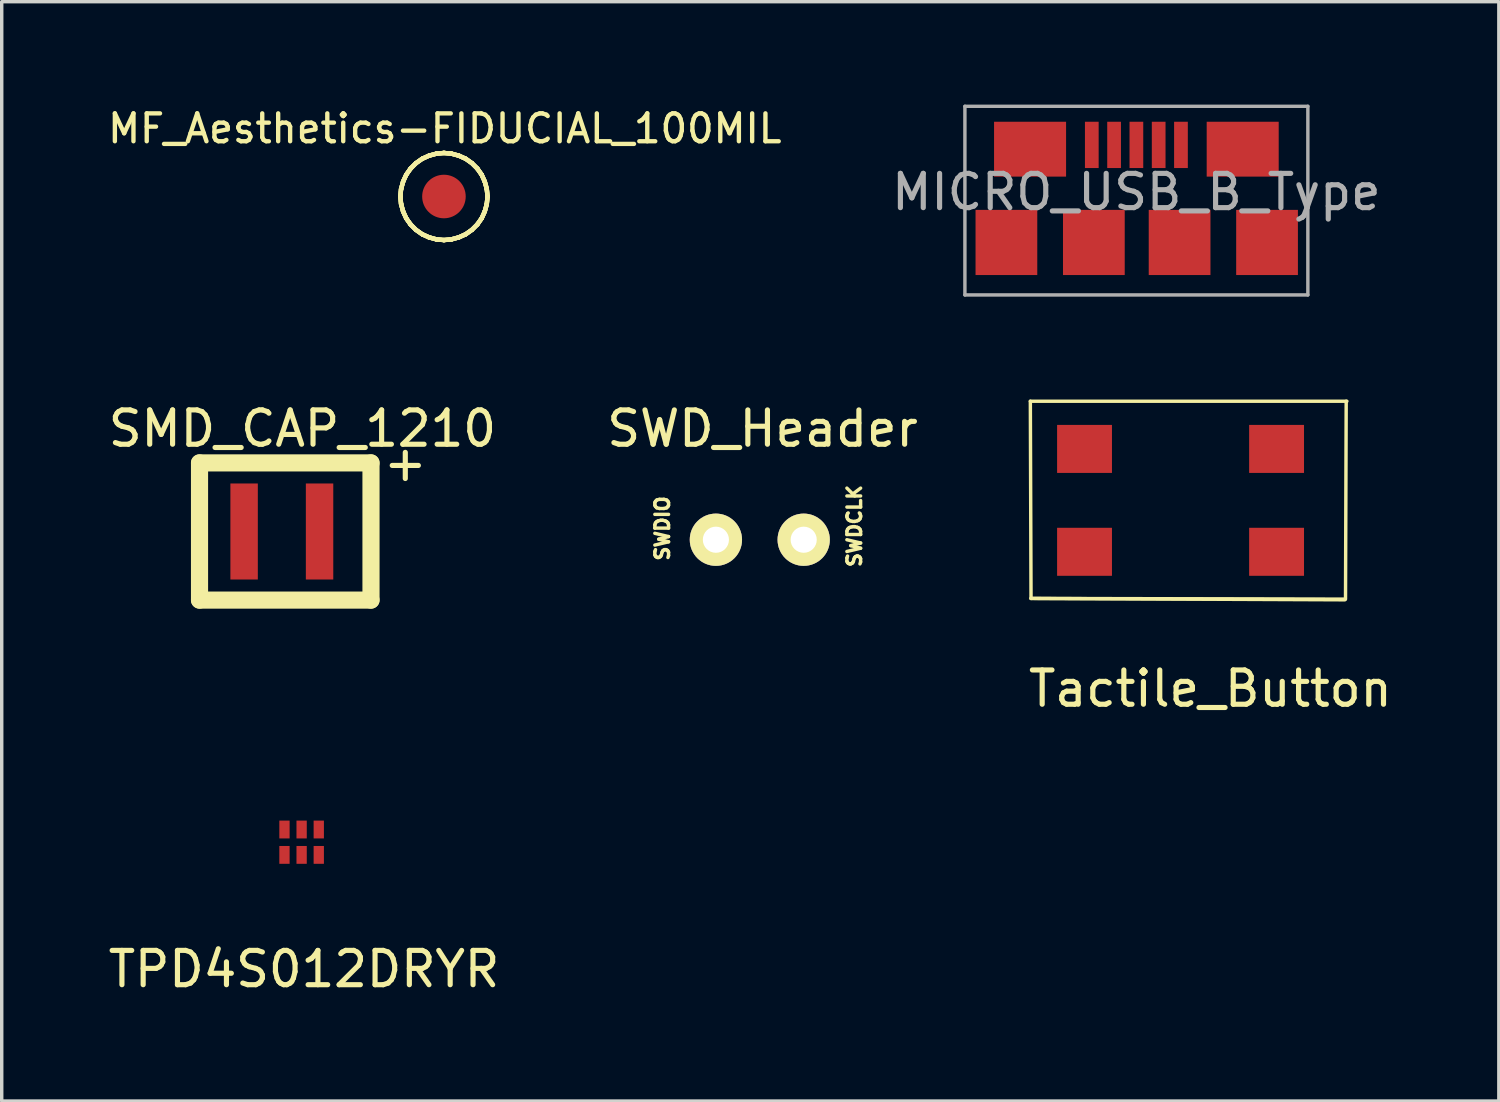
<source format=kicad_pcb>
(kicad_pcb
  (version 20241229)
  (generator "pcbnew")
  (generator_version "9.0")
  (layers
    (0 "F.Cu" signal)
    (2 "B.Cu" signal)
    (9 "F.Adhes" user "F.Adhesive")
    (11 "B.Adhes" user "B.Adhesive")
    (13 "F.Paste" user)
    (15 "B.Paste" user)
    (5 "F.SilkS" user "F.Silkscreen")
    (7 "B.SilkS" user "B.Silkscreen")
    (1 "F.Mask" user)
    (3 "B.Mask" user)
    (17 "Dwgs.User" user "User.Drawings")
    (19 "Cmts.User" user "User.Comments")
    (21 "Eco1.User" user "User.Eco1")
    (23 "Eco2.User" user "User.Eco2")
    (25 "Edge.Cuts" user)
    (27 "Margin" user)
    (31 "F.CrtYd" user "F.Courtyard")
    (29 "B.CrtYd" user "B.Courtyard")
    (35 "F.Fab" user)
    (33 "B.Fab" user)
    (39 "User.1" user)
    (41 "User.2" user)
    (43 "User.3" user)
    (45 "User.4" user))
  (footprint "TPD4S012DRYR"
    (layer "F.Cu")
    (at 5.735 23.878)
    (property "Reference" "TPD4S012DRYR" (at 0.08 1.33 0) (layer "F.SilkS") (effects (font (size 1 1) (thickness 0.15))))
    (attr through_hole)
    (pad "1" smd rect (at -0.49 -2) (size 0.3 0.52) (layers "F.Cu" "F.Mask" "F.Paste"))
    (pad "2" smd rect (at 0.01 -2) (size 0.3 0.52) (layers "F.Cu" "F.Mask" "F.Paste"))
    (pad "3" smd rect (at 0.51 -2) (size 0.3 0.52) (layers "F.Cu" "F.Mask" "F.Paste"))
    (pad "4" smd rect (at 0.51 -2.74) (size 0.3 0.52) (layers "F.Cu" "F.Mask" "F.Paste"))
    (pad "5" smd rect (at 0.01 -2.74) (size 0.3 0.52) (layers "F.Cu" "F.Mask" "F.Paste"))
    (pad "6" smd rect (at -0.49 -2.74) (size 0.3 0.52) (layers "F.Cu" "F.Mask" "F.Paste")))
  (footprint "SMD_CAP_1210"
    (layer "F.Cu")
    (at 6.268 12.448)
    (property "Reference" "SMD_CAP_1210" (at -0.5 -3 0) (layer "F.SilkS") (effects (font (size 1 1) (thickness 0.15))))
    (attr through_hole)
    (fp_line (start -3.5 -2) (end 1.5 -2) (stroke (width 0.5) (type solid)) (layer "F.SilkS"))
    (fp_line (start -3.5 2) (end -3.5 -2) (stroke (width 0.5) (type solid)) (layer "F.SilkS"))
    (fp_line (start 1.5 -2) (end 1.5 2) (stroke (width 0.5) (type solid)) (layer "F.SilkS"))
    (fp_line (start 1.5 2) (end -3.5 2) (stroke (width 0.5) (type solid)) (layer "F.SilkS"))
    (fp_text user "+" (at 2.5 -2 0) (layer "F.SilkS") (effects (font (size 1 1) (thickness 0.15))))
    (pad "1" smd rect (at 0 0) (size 0.8 2.8) (layers "F.Cu" "F.Mask" "F.Paste"))
    (pad "2" smd rect (at -2.2 0) (size 0.8 2.8) (layers "F.Cu" "F.Mask" "F.Paste")))
  (footprint "SWD_Header"
    (layer "F.Cu")
    (at 20.385 15.288)
    (property "Reference" "SWD_Header" (at -1.2 -5.84 0) (layer "F.SilkS") (effects (font (size 1 1) (thickness 0.15))))
    (attr through_hole)
    (fp_text user "SWDCLK" (at 1.48 -3 90) (layer "F.SilkS") (effects (font (size 0.4 0.4) (thickness 0.1))))
    (fp_text user "SWDIO" (at -4.12 -2.93 90) (layer "F.SilkS") (effects (font (size 0.4 0.4) (thickness 0.1))))
    (pad "1" thru_hole circle (at -2.56 -2.6) (size 1.524 1.524) (drill 0.762) (layers "*.Cu" "*.Mask" "F.SilkS"))
    (pad "2" thru_hole circle (at 0 -2.6) (size 1.524 1.524) (drill 0.762) (layers "*.Cu" "*.Mask" "F.SilkS")))
  (footprint "Tactile_Button"
    (layer "F.Cu")
    (at 31.674 11.54)
    (property "Reference" "Tactile_Button" (at 0.57 5.49 0) (layer "F.SilkS") (effects (font (size 1 1) (thickness 0.15))))
    (attr through_hole)
    (fp_line (start -4.68 -2.89) (end -4.66 2.86) (stroke (width 0.1) (type solid)) (layer "F.SilkS"))
    (fp_line (start -4.68 -2.89) (end 4.55 -2.89) (stroke (width 0.1) (type solid)) (layer "F.SilkS"))
    (fp_line (start -4.66 2.86) (end 4.49 2.9) (stroke (width 0.1) (type solid)) (layer "F.SilkS"))
    (fp_line (start 4.49 2.88) (end -4.66 2.86) (stroke (width 0.1) (type solid)) (layer "F.SilkS"))
    (fp_line (start 4.53 -2.89) (end 4.51 2.88) (stroke (width 0.1) (type solid)) (layer "F.SilkS"))
    (pad "1" smd rect (at -3.1 1.5) (size 1.6 1.4) (layers "F.Cu" "F.Mask" "F.Paste"))
    (pad "2" smd rect (at 2.5 1.5) (size 1.6 1.4) (layers "F.Cu" "F.Mask" "F.Paste"))
    (pad "3" smd rect (at -3.1 -1.5) (size 1.6 1.4) (layers "F.Cu" "F.Mask" "F.Paste"))
    (pad "4" smd rect (at 2.5 -1.5) (size 1.6 1.4) (layers "F.Cu" "F.Mask" "F.Paste")))
  (footprint "MICRO_USB_B_Type"
    (layer "F.Cu")
    (at 30.086 4.05)
    (property "Reference" "MICRO_USB_B_Type" (at 0 -1.5 0) (layer "F.Fab") (effects (font (size 1 1) (thickness 0.15))))
    (attr through_hole)
    (fp_line (start -5 -4) (end 5 -4) (stroke (width 0.1) (type solid)) (layer "F.Fab"))
    (fp_line (start -5 1.5) (end -5 -4) (stroke (width 0.1) (type solid)) (layer "F.Fab"))
    (fp_line (start 5 -4) (end 5 1.5) (stroke (width 0.1) (type solid)) (layer "F.Fab"))
    (fp_line (start 5 1.5) (end -5 1.5) (stroke (width 0.1) (type solid)) (layer "F.Fab"))
    (pad "0" smd rect (at -3.79 -0.03) (size 1.8 1.9) (layers "F.Cu" "F.Mask" "F.Paste"))
    (pad "0" smd rect (at -3.1 -2.75) (size 2.1 1.6) (layers "F.Cu" "F.Mask" "F.Paste"))
    (pad "0" smd rect (at -1.24 -0.03) (size 1.8 1.9) (layers "F.Cu" "F.Mask" "F.Paste"))
    (pad "0" smd rect (at 1.26 -0.03) (size 1.8 1.9) (layers "F.Cu" "F.Mask" "F.Paste"))
    (pad "0" smd rect (at 3.1 -2.75) (size 2.1 1.6) (layers "F.Cu" "F.Mask" "F.Paste"))
    (pad "0" smd rect (at 3.81 -0.03) (size 1.8 1.9) (layers "F.Cu" "F.Mask" "F.Paste"))
    (pad "1" smd rect (at -1.3 -2.875) (size 0.4 1.35) (layers "F.Cu" "F.Mask" "F.Paste"))
    (pad "2" smd rect (at -0.65 -2.875) (size 0.4 1.35) (layers "F.Cu" "F.Mask" "F.Paste"))
    (pad "3" smd rect (at 0 -2.875) (size 0.4 1.35) (layers "F.Cu" "F.Mask" "F.Paste"))
    (pad "4" smd rect (at 0.65 -2.875) (size 0.4 1.35) (layers "F.Cu" "F.Mask" "F.Paste"))
    (pad "5" smd rect (at 1.3 -2.875) (size 0.4 1.35) (layers "F.Cu" "F.Mask" "F.Paste")))
  (footprint "MF_Aesthetics-FIDUCIAL_100MIL"
    (layer "F.Cu")
    (at 9.895 2.68)
    (property "Reference" "MF_Aesthetics-FIDUCIAL_100MIL" (at 0.025 -1.981 0) (layer "F.SilkS") (effects (font (size 0.813 0.813) (thickness 0.127))))
    (attr smd)
    (fp_line (start -1.27 0) (end -1.25 -0.218) (stroke (width 0.127) (type solid)) (layer "F.SilkS"))
    (fp_line (start -1.27 0) (end -1.25 -0.218) (stroke (width 0.127) (type solid)) (layer "F.SilkS"))
    (fp_line (start -1.27 0) (end -1.25 -0.218) (stroke (width 0.127) (type solid)) (layer "F.SilkS"))
    (fp_line (start -1.27 0) (end -1.25 -0.218) (stroke (width 0.127) (type solid)) (layer "F.SilkS"))
    (fp_line (start -1.25 -0.218) (end -1.191 -0.434) (stroke (width 0.127) (type solid)) (layer "F.SilkS"))
    (fp_line (start -1.25 -0.218) (end -1.191 -0.434) (stroke (width 0.127) (type solid)) (layer "F.SilkS"))
    (fp_line (start -1.25 -0.218) (end -1.191 -0.434) (stroke (width 0.127) (type solid)) (layer "F.SilkS"))
    (fp_line (start -1.25 -0.218) (end -1.191 -0.434) (stroke (width 0.127) (type solid)) (layer "F.SilkS"))
    (fp_line (start -1.25 0.218) (end -1.27 0) (stroke (width 0.127) (type solid)) (layer "F.SilkS"))
    (fp_line (start -1.25 0.218) (end -1.27 0) (stroke (width 0.127) (type solid)) (layer "F.SilkS"))
    (fp_line (start -1.25 0.218) (end -1.27 0) (stroke (width 0.127) (type solid)) (layer "F.SilkS"))
    (fp_line (start -1.25 0.218) (end -1.27 0) (stroke (width 0.127) (type solid)) (layer "F.SilkS"))
    (fp_line (start -1.191 -0.434) (end -1.1 -0.635) (stroke (width 0.127) (type solid)) (layer "F.SilkS"))
    (fp_line (start -1.191 -0.434) (end -1.1 -0.635) (stroke (width 0.127) (type solid)) (layer "F.SilkS"))
    (fp_line (start -1.191 -0.434) (end -1.1 -0.635) (stroke (width 0.127) (type solid)) (layer "F.SilkS"))
    (fp_line (start -1.191 -0.434) (end -1.1 -0.635) (stroke (width 0.127) (type solid)) (layer "F.SilkS"))
    (fp_line (start -1.191 0.434) (end -1.25 0.218) (stroke (width 0.127) (type solid)) (layer "F.SilkS"))
    (fp_line (start -1.191 0.434) (end -1.25 0.218) (stroke (width 0.127) (type solid)) (layer "F.SilkS"))
    (fp_line (start -1.191 0.434) (end -1.25 0.218) (stroke (width 0.127) (type solid)) (layer "F.SilkS"))
    (fp_line (start -1.191 0.434) (end -1.25 0.218) (stroke (width 0.127) (type solid)) (layer "F.SilkS"))
    (fp_line (start -1.1 -0.635) (end -0.973 -0.815) (stroke (width 0.127) (type solid)) (layer "F.SilkS"))
    (fp_line (start -1.1 -0.635) (end -0.973 -0.815) (stroke (width 0.127) (type solid)) (layer "F.SilkS"))
    (fp_line (start -1.1 -0.635) (end -0.973 -0.815) (stroke (width 0.127) (type solid)) (layer "F.SilkS"))
    (fp_line (start -1.1 -0.635) (end -0.973 -0.815) (stroke (width 0.127) (type solid)) (layer "F.SilkS"))
    (fp_line (start -1.1 0.635) (end -1.191 0.434) (stroke (width 0.127) (type solid)) (layer "F.SilkS"))
    (fp_line (start -1.1 0.635) (end -1.191 0.434) (stroke (width 0.127) (type solid)) (layer "F.SilkS"))
    (fp_line (start -1.1 0.635) (end -1.191 0.434) (stroke (width 0.127) (type solid)) (layer "F.SilkS"))
    (fp_line (start -1.1 0.635) (end -1.191 0.434) (stroke (width 0.127) (type solid)) (layer "F.SilkS"))
    (fp_line (start -0.973 -0.815) (end -0.815 -0.973) (stroke (width 0.127) (type solid)) (layer "F.SilkS"))
    (fp_line (start -0.973 -0.815) (end -0.815 -0.973) (stroke (width 0.127) (type solid)) (layer "F.SilkS"))
    (fp_line (start -0.973 -0.815) (end -0.815 -0.973) (stroke (width 0.127) (type solid)) (layer "F.SilkS"))
    (fp_line (start -0.973 -0.815) (end -0.815 -0.973) (stroke (width 0.127) (type solid)) (layer "F.SilkS"))
    (fp_line (start -0.973 0.815) (end -1.1 0.635) (stroke (width 0.127) (type solid)) (layer "F.SilkS"))
    (fp_line (start -0.973 0.815) (end -1.1 0.635) (stroke (width 0.127) (type solid)) (layer "F.SilkS"))
    (fp_line (start -0.973 0.815) (end -1.1 0.635) (stroke (width 0.127) (type solid)) (layer "F.SilkS"))
    (fp_line (start -0.973 0.815) (end -1.1 0.635) (stroke (width 0.127) (type solid)) (layer "F.SilkS"))
    (fp_line (start -0.815 -0.973) (end -0.635 -1.1) (stroke (width 0.127) (type solid)) (layer "F.SilkS"))
    (fp_line (start -0.815 -0.973) (end -0.635 -1.1) (stroke (width 0.127) (type solid)) (layer "F.SilkS"))
    (fp_line (start -0.815 -0.973) (end -0.635 -1.1) (stroke (width 0.127) (type solid)) (layer "F.SilkS"))
    (fp_line (start -0.815 -0.973) (end -0.635 -1.1) (stroke (width 0.127) (type solid)) (layer "F.SilkS"))
    (fp_line (start -0.815 0.973) (end -0.973 0.815) (stroke (width 0.127) (type solid)) (layer "F.SilkS"))
    (fp_line (start -0.815 0.973) (end -0.973 0.815) (stroke (width 0.127) (type solid)) (layer "F.SilkS"))
    (fp_line (start -0.815 0.973) (end -0.973 0.815) (stroke (width 0.127) (type solid)) (layer "F.SilkS"))
    (fp_line (start -0.815 0.973) (end -0.973 0.815) (stroke (width 0.127) (type solid)) (layer "F.SilkS"))
    (fp_line (start -0.635 -1.1) (end -0.434 -1.191) (stroke (width 0.127) (type solid)) (layer "F.SilkS"))
    (fp_line (start -0.635 -1.1) (end -0.434 -1.191) (stroke (width 0.127) (type solid)) (layer "F.SilkS"))
    (fp_line (start -0.635 -1.1) (end -0.434 -1.191) (stroke (width 0.127) (type solid)) (layer "F.SilkS"))
    (fp_line (start -0.635 -1.1) (end -0.434 -1.191) (stroke (width 0.127) (type solid)) (layer "F.SilkS"))
    (fp_line (start -0.635 1.1) (end -0.815 0.973) (stroke (width 0.127) (type solid)) (layer "F.SilkS"))
    (fp_line (start -0.635 1.1) (end -0.815 0.973) (stroke (width 0.127) (type solid)) (layer "F.SilkS"))
    (fp_line (start -0.635 1.1) (end -0.815 0.973) (stroke (width 0.127) (type solid)) (layer "F.SilkS"))
    (fp_line (start -0.635 1.1) (end -0.815 0.973) (stroke (width 0.127) (type solid)) (layer "F.SilkS"))
    (fp_line (start -0.434 -1.191) (end -0.218 -1.25) (stroke (width 0.127) (type solid)) (layer "F.SilkS"))
    (fp_line (start -0.434 -1.191) (end -0.218 -1.25) (stroke (width 0.127) (type solid)) (layer "F.SilkS"))
    (fp_line (start -0.434 -1.191) (end -0.218 -1.25) (stroke (width 0.127) (type solid)) (layer "F.SilkS"))
    (fp_line (start -0.434 -1.191) (end -0.218 -1.25) (stroke (width 0.127) (type solid)) (layer "F.SilkS"))
    (fp_line (start -0.434 1.191) (end -0.635 1.1) (stroke (width 0.127) (type solid)) (layer "F.SilkS"))
    (fp_line (start -0.434 1.191) (end -0.635 1.1) (stroke (width 0.127) (type solid)) (layer "F.SilkS"))
    (fp_line (start -0.434 1.191) (end -0.635 1.1) (stroke (width 0.127) (type solid)) (layer "F.SilkS"))
    (fp_line (start -0.434 1.191) (end -0.635 1.1) (stroke (width 0.127) (type solid)) (layer "F.SilkS"))
    (fp_line (start -0.218 -1.25) (end 0 -1.27) (stroke (width 0.127) (type solid)) (layer "F.SilkS"))
    (fp_line (start -0.218 -1.25) (end 0 -1.27) (stroke (width 0.127) (type solid)) (layer "F.SilkS"))
    (fp_line (start -0.218 -1.25) (end 0 -1.27) (stroke (width 0.127) (type solid)) (layer "F.SilkS"))
    (fp_line (start -0.218 -1.25) (end 0 -1.27) (stroke (width 0.127) (type solid)) (layer "F.SilkS"))
    (fp_line (start -0.218 1.25) (end -0.434 1.191) (stroke (width 0.127) (type solid)) (layer "F.SilkS"))
    (fp_line (start -0.218 1.25) (end -0.434 1.191) (stroke (width 0.127) (type solid)) (layer "F.SilkS"))
    (fp_line (start -0.218 1.25) (end -0.434 1.191) (stroke (width 0.127) (type solid)) (layer "F.SilkS"))
    (fp_line (start -0.218 1.25) (end -0.434 1.191) (stroke (width 0.127) (type solid)) (layer "F.SilkS"))
    (fp_line (start 0 -1.27) (end 0.218 -1.25) (stroke (width 0.127) (type solid)) (layer "F.SilkS"))
    (fp_line (start 0 -1.27) (end 0.218 -1.25) (stroke (width 0.127) (type solid)) (layer "F.SilkS"))
    (fp_line (start 0 -1.27) (end 0.218 -1.25) (stroke (width 0.127) (type solid)) (layer "F.SilkS"))
    (fp_line (start 0 -1.27) (end 0.218 -1.25) (stroke (width 0.127) (type solid)) (layer "F.SilkS"))
    (fp_line (start 0 1.27) (end -0.218 1.25) (stroke (width 0.127) (type solid)) (layer "F.SilkS"))
    (fp_line (start 0 1.27) (end -0.218 1.25) (stroke (width 0.127) (type solid)) (layer "F.SilkS"))
    (fp_line (start 0 1.27) (end -0.218 1.25) (stroke (width 0.127) (type solid)) (layer "F.SilkS"))
    (fp_line (start 0 1.27) (end -0.218 1.25) (stroke (width 0.127) (type solid)) (layer "F.SilkS"))
    (fp_line (start 0.218 -1.25) (end 0.434 -1.191) (stroke (width 0.127) (type solid)) (layer "F.SilkS"))
    (fp_line (start 0.218 -1.25) (end 0.434 -1.191) (stroke (width 0.127) (type solid)) (layer "F.SilkS"))
    (fp_line (start 0.218 -1.25) (end 0.434 -1.191) (stroke (width 0.127) (type solid)) (layer "F.SilkS"))
    (fp_line (start 0.218 -1.25) (end 0.434 -1.191) (stroke (width 0.127) (type solid)) (layer "F.SilkS"))
    (fp_line (start 0.218 1.25) (end 0 1.27) (stroke (width 0.127) (type solid)) (layer "F.SilkS"))
    (fp_line (start 0.218 1.25) (end 0 1.27) (stroke (width 0.127) (type solid)) (layer "F.SilkS"))
    (fp_line (start 0.218 1.25) (end 0 1.27) (stroke (width 0.127) (type solid)) (layer "F.SilkS"))
    (fp_line (start 0.218 1.25) (end 0 1.27) (stroke (width 0.127) (type solid)) (layer "F.SilkS"))
    (fp_line (start 0.434 -1.191) (end 0.635 -1.1) (stroke (width 0.127) (type solid)) (layer "F.SilkS"))
    (fp_line (start 0.434 -1.191) (end 0.635 -1.1) (stroke (width 0.127) (type solid)) (layer "F.SilkS"))
    (fp_line (start 0.434 -1.191) (end 0.635 -1.1) (stroke (width 0.127) (type solid)) (layer "F.SilkS"))
    (fp_line (start 0.434 -1.191) (end 0.635 -1.1) (stroke (width 0.127) (type solid)) (layer "F.SilkS"))
    (fp_line (start 0.434 1.191) (end 0.218 1.25) (stroke (width 0.127) (type solid)) (layer "F.SilkS"))
    (fp_line (start 0.434 1.191) (end 0.218 1.25) (stroke (width 0.127) (type solid)) (layer "F.SilkS"))
    (fp_line (start 0.434 1.191) (end 0.218 1.25) (stroke (width 0.127) (type solid)) (layer "F.SilkS"))
    (fp_line (start 0.434 1.191) (end 0.218 1.25) (stroke (width 0.127) (type solid)) (layer "F.SilkS"))
    (fp_line (start 0.635 -1.1) (end 0.815 -0.973) (stroke (width 0.127) (type solid)) (layer "F.SilkS"))
    (fp_line (start 0.635 -1.1) (end 0.815 -0.973) (stroke (width 0.127) (type solid)) (layer "F.SilkS"))
    (fp_line (start 0.635 -1.1) (end 0.815 -0.973) (stroke (width 0.127) (type solid)) (layer "F.SilkS"))
    (fp_line (start 0.635 -1.1) (end 0.815 -0.973) (stroke (width 0.127) (type solid)) (layer "F.SilkS"))
    (fp_line (start 0.635 1.1) (end 0.434 1.191) (stroke (width 0.127) (type solid)) (layer "F.SilkS"))
    (fp_line (start 0.635 1.1) (end 0.434 1.191) (stroke (width 0.127) (type solid)) (layer "F.SilkS"))
    (fp_line (start 0.635 1.1) (end 0.434 1.191) (stroke (width 0.127) (type solid)) (layer "F.SilkS"))
    (fp_line (start 0.635 1.1) (end 0.434 1.191) (stroke (width 0.127) (type solid)) (layer "F.SilkS"))
    (fp_line (start 0.815 -0.973) (end 0.973 -0.815) (stroke (width 0.127) (type solid)) (layer "F.SilkS"))
    (fp_line (start 0.815 -0.973) (end 0.973 -0.815) (stroke (width 0.127) (type solid)) (layer "F.SilkS"))
    (fp_line (start 0.815 -0.973) (end 0.973 -0.815) (stroke (width 0.127) (type solid)) (layer "F.SilkS"))
    (fp_line (start 0.815 -0.973) (end 0.973 -0.815) (stroke (width 0.127) (type solid)) (layer "F.SilkS"))
    (fp_line (start 0.815 0.973) (end 0.635 1.1) (stroke (width 0.127) (type solid)) (layer "F.SilkS"))
    (fp_line (start 0.815 0.973) (end 0.635 1.1) (stroke (width 0.127) (type solid)) (layer "F.SilkS"))
    (fp_line (start 0.815 0.973) (end 0.635 1.1) (stroke (width 0.127) (type solid)) (layer "F.SilkS"))
    (fp_line (start 0.815 0.973) (end 0.635 1.1) (stroke (width 0.127) (type solid)) (layer "F.SilkS"))
    (fp_line (start 0.973 -0.815) (end 1.1 -0.635) (stroke (width 0.127) (type solid)) (layer "F.SilkS"))
    (fp_line (start 0.973 -0.815) (end 1.1 -0.635) (stroke (width 0.127) (type solid)) (layer "F.SilkS"))
    (fp_line (start 0.973 -0.815) (end 1.1 -0.635) (stroke (width 0.127) (type solid)) (layer "F.SilkS"))
    (fp_line (start 0.973 -0.815) (end 1.1 -0.635) (stroke (width 0.127) (type solid)) (layer "F.SilkS"))
    (fp_line (start 0.973 0.815) (end 0.815 0.973) (stroke (width 0.127) (type solid)) (layer "F.SilkS"))
    (fp_line (start 0.973 0.815) (end 0.815 0.973) (stroke (width 0.127) (type solid)) (layer "F.SilkS"))
    (fp_line (start 0.973 0.815) (end 0.815 0.973) (stroke (width 0.127) (type solid)) (layer "F.SilkS"))
    (fp_line (start 0.973 0.815) (end 0.815 0.973) (stroke (width 0.127) (type solid)) (layer "F.SilkS"))
    (fp_line (start 1.1 -0.635) (end 1.191 -0.434) (stroke (width 0.127) (type solid)) (layer "F.SilkS"))
    (fp_line (start 1.1 -0.635) (end 1.191 -0.434) (stroke (width 0.127) (type solid)) (layer "F.SilkS"))
    (fp_line (start 1.1 -0.635) (end 1.191 -0.434) (stroke (width 0.127) (type solid)) (layer "F.SilkS"))
    (fp_line (start 1.1 -0.635) (end 1.191 -0.434) (stroke (width 0.127) (type solid)) (layer "F.SilkS"))
    (fp_line (start 1.1 0.635) (end 0.973 0.815) (stroke (width 0.127) (type solid)) (layer "F.SilkS"))
    (fp_line (start 1.1 0.635) (end 0.973 0.815) (stroke (width 0.127) (type solid)) (layer "F.SilkS"))
    (fp_line (start 1.1 0.635) (end 0.973 0.815) (stroke (width 0.127) (type solid)) (layer "F.SilkS"))
    (fp_line (start 1.1 0.635) (end 0.973 0.815) (stroke (width 0.127) (type solid)) (layer "F.SilkS"))
    (fp_line (start 1.191 -0.434) (end 1.25 -0.218) (stroke (width 0.127) (type solid)) (layer "F.SilkS"))
    (fp_line (start 1.191 -0.434) (end 1.25 -0.218) (stroke (width 0.127) (type solid)) (layer "F.SilkS"))
    (fp_line (start 1.191 -0.434) (end 1.25 -0.218) (stroke (width 0.127) (type solid)) (layer "F.SilkS"))
    (fp_line (start 1.191 -0.434) (end 1.25 -0.218) (stroke (width 0.127) (type solid)) (layer "F.SilkS"))
    (fp_line (start 1.191 0.434) (end 1.1 0.635) (stroke (width 0.127) (type solid)) (layer "F.SilkS"))
    (fp_line (start 1.191 0.434) (end 1.1 0.635) (stroke (width 0.127) (type solid)) (layer "F.SilkS"))
    (fp_line (start 1.191 0.434) (end 1.1 0.635) (stroke (width 0.127) (type solid)) (layer "F.SilkS"))
    (fp_line (start 1.191 0.434) (end 1.1 0.635) (stroke (width 0.127) (type solid)) (layer "F.SilkS"))
    (fp_line (start 1.25 -0.218) (end 1.27 0) (stroke (width 0.127) (type solid)) (layer "F.SilkS"))
    (fp_line (start 1.25 -0.218) (end 1.27 0) (stroke (width 0.127) (type solid)) (layer "F.SilkS"))
    (fp_line (start 1.25 -0.218) (end 1.27 0) (stroke (width 0.127) (type solid)) (layer "F.SilkS"))
    (fp_line (start 1.25 -0.218) (end 1.27 0) (stroke (width 0.127) (type solid)) (layer "F.SilkS"))
    (fp_line (start 1.25 0.218) (end 1.191 0.434) (stroke (width 0.127) (type solid)) (layer "F.SilkS"))
    (fp_line (start 1.25 0.218) (end 1.191 0.434) (stroke (width 0.127) (type solid)) (layer "F.SilkS"))
    (fp_line (start 1.25 0.218) (end 1.191 0.434) (stroke (width 0.127) (type solid)) (layer "F.SilkS"))
    (fp_line (start 1.25 0.218) (end 1.191 0.434) (stroke (width 0.127) (type solid)) (layer "F.SilkS"))
    (fp_line (start 1.27 0) (end 1.25 0.218) (stroke (width 0.127) (type solid)) (layer "F.SilkS"))
    (fp_line (start 1.27 0) (end 1.25 0.218) (stroke (width 0.127) (type solid)) (layer "F.SilkS"))
    (fp_line (start 1.27 0) (end 1.25 0.218) (stroke (width 0.127) (type solid)) (layer "F.SilkS"))
    (fp_line (start 1.27 0) (end 1.25 0.218) (stroke (width 0.127) (type solid)) (layer "F.SilkS"))
    (pad "1" smd circle (at 0 0) (size 1.27 1.27) (layers "F.Cu" "F.Mask")))
  (gr_rect
    (start -3 -3)
    (end 40.655 29.056)
    (stroke (width 0.1) (type default))
    (fill no)
    (layer "Edge.Cuts")))
</source>
